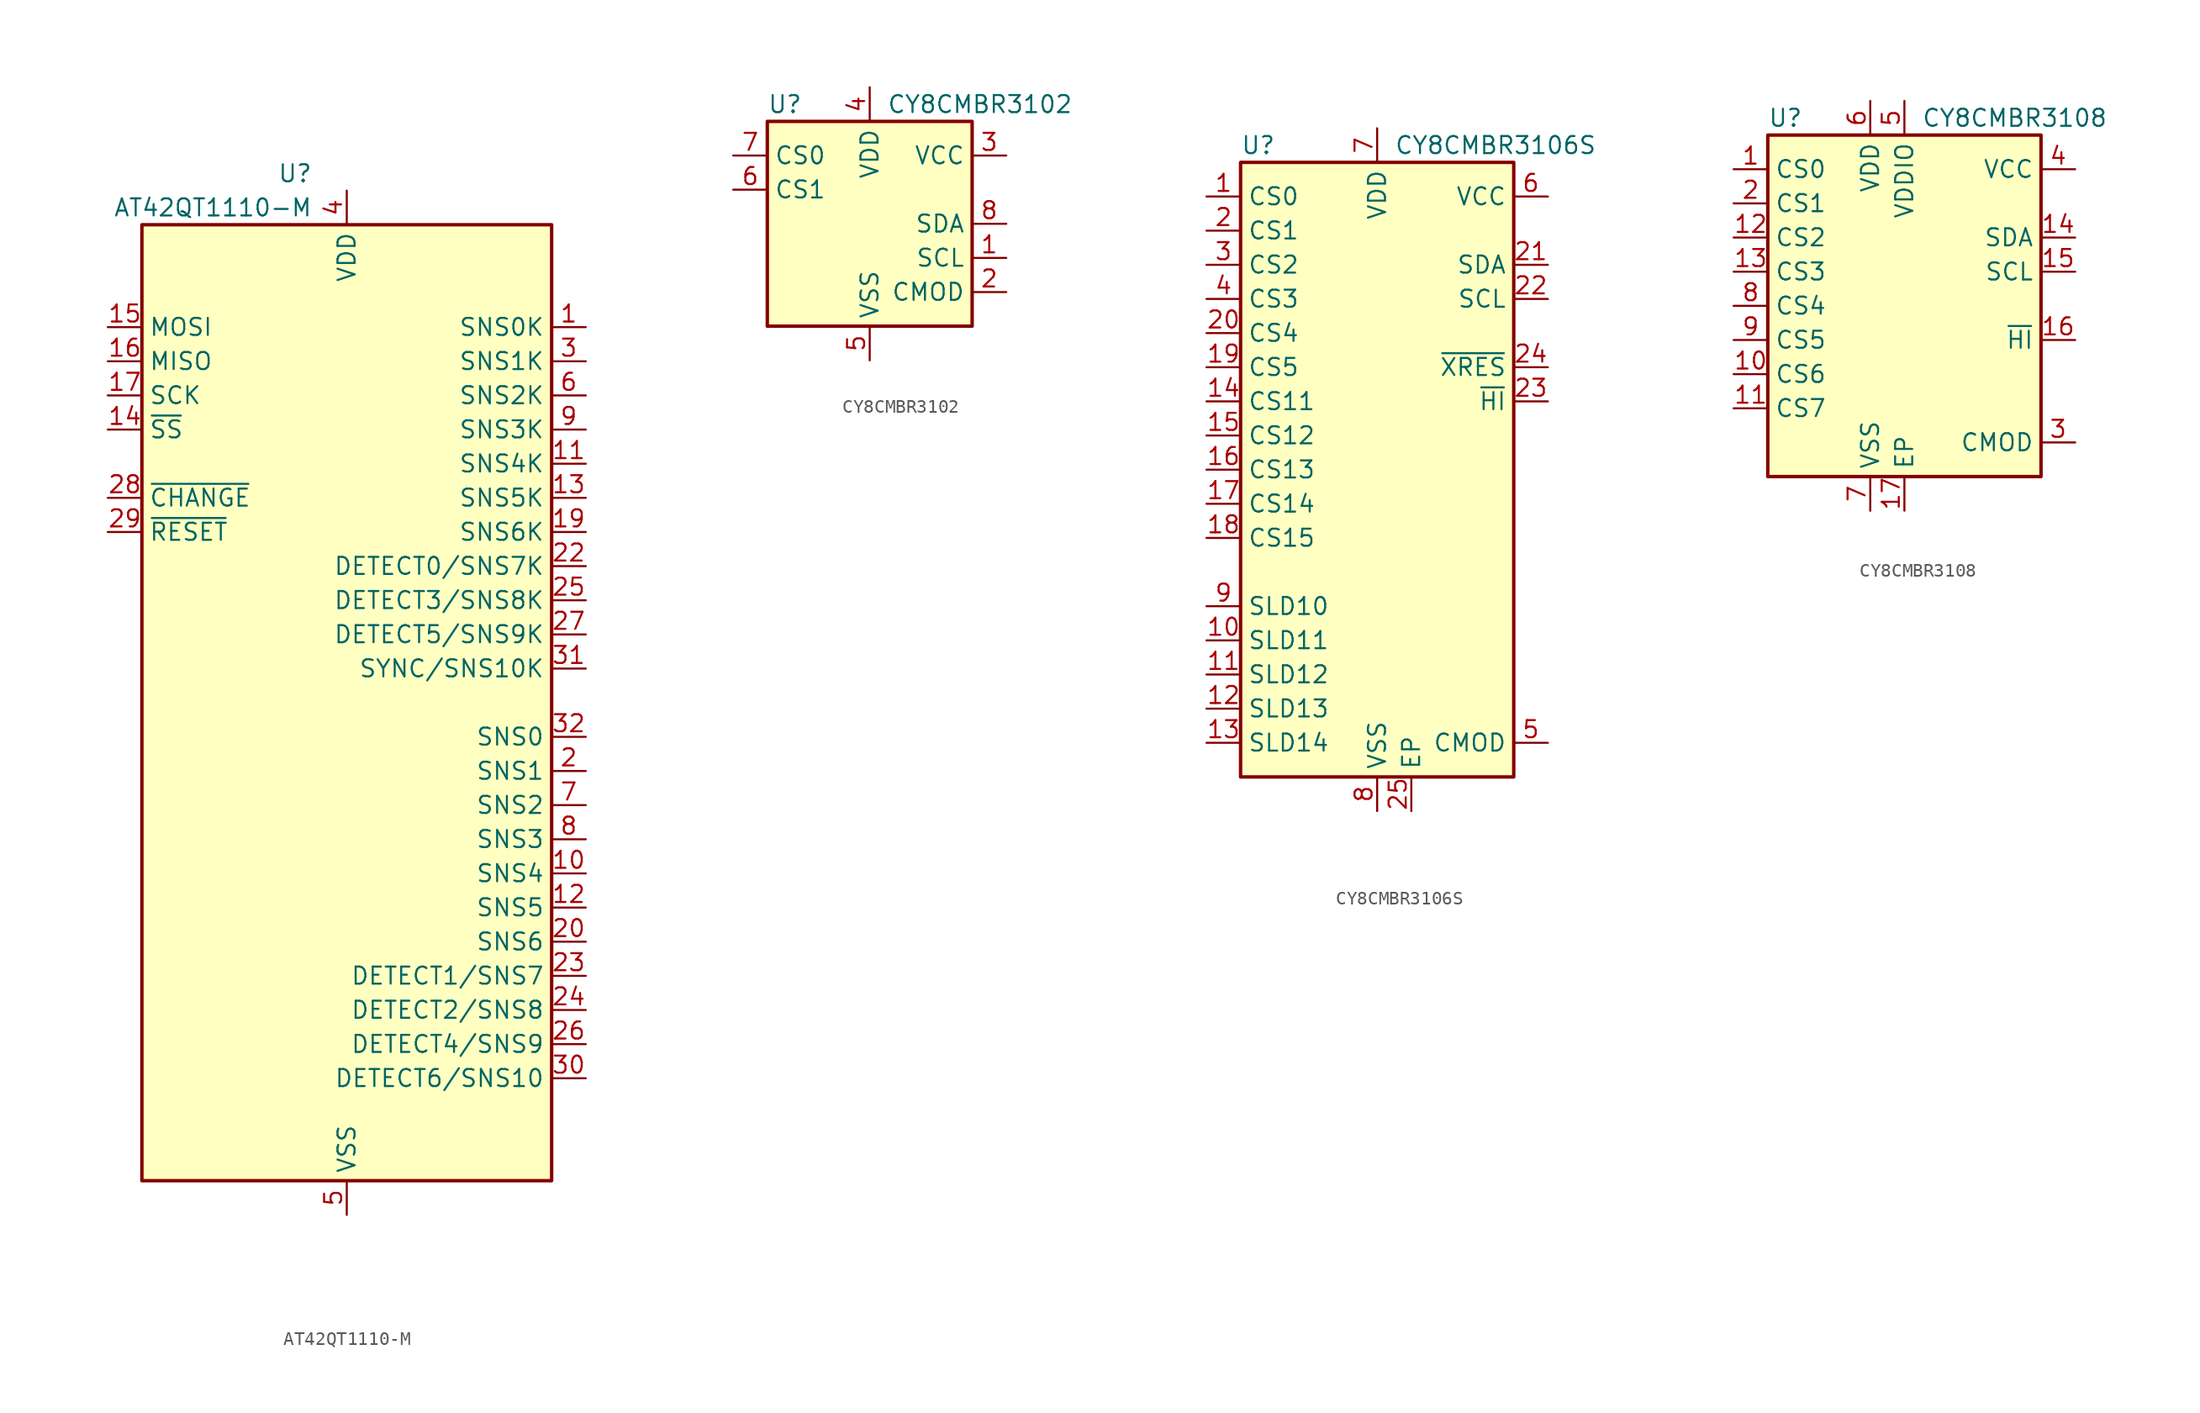
<source format=kicad_sym>
(kicad_symbol_lib
  (version 20231120)
  (generator "kicad_symbol_editor")
  (generator_version "8.0")
  (symbol "AT42QT1110-M"
    (property "Reference" "U"
      (at -2.54 39.37 0)
      (effects (font (size 1.27 1.27)) (justify right)))
    (property "Value" "AT42QT1110-M"
      (at -2.54 36.83 0)
      (effects (font (size 1.27 1.27)) (justify right)))
    (symbol "AT42QT1110-M_0_1"
      (rectangle (start -15.24 35.56) (end 15.24 -35.56) (stroke (width 0.254) (type default)) (fill (type background))))
    (symbol "AT42QT1110-M_1_1"
      (pin passive line (at 17.78 27.94 180) (length 2.54) (name "SNS0K" (effects (font (size 1.27 1.27)))) (number "1" (effects (font (size 1.27 1.27)))))
      (pin passive line (at 17.78 -12.7 180) (length 2.54) (name "SNS4" (effects (font (size 1.27 1.27)))) (number "10" (effects (font (size 1.27 1.27)))))
      (pin passive line (at 17.78 17.78 180) (length 2.54) (name "SNS4K" (effects (font (size 1.27 1.27)))) (number "11" (effects (font (size 1.27 1.27)))))
      (pin passive line (at 17.78 -15.24 180) (length 2.54) (name "SNS5" (effects (font (size 1.27 1.27)))) (number "12" (effects (font (size 1.27 1.27)))))
      (pin passive line (at 17.78 15.24 180) (length 2.54) (name "SNS5K" (effects (font (size 1.27 1.27)))) (number "13" (effects (font (size 1.27 1.27)))))
      (pin input line (at -17.78 20.32 0) (length 2.54) (name "~{SS}" (effects (font (size 1.27 1.27)))) (number "14" (effects (font (size 1.27 1.27)))))
      (pin input line (at -17.78 27.94 0) (length 2.54) (name "MOSI" (effects (font (size 1.27 1.27)))) (number "15" (effects (font (size 1.27 1.27)))))
      (pin output line (at -17.78 25.4 0) (length 2.54) (name "MISO" (effects (font (size 1.27 1.27)))) (number "16" (effects (font (size 1.27 1.27)))))
      (pin input line (at -17.78 22.86 0) (length 2.54) (name "SCK" (effects (font (size 1.27 1.27)))) (number "17" (effects (font (size 1.27 1.27)))))
      (pin passive line (at 0 38.1 270) (length 2.54) hide (name "VDD" (effects (font (size 1.27 1.27)))) (number "18" (effects (font (size 1.27 1.27)))))
      (pin passive line (at 17.78 12.7 180) (length 2.54) (name "SNS6K" (effects (font (size 1.27 1.27)))) (number "19" (effects (font (size 1.27 1.27)))))
      (pin passive line (at 17.78 -5.08 180) (length 2.54) (name "SNS1" (effects (font (size 1.27 1.27)))) (number "2" (effects (font (size 1.27 1.27)))))
      (pin passive line (at 17.78 -17.78 180) (length 2.54) (name "SNS6" (effects (font (size 1.27 1.27)))) (number "20" (effects (font (size 1.27 1.27)))))
      (pin passive line (at 0 -38.1 90) (length 2.54) hide (name "VSS" (effects (font (size 1.27 1.27)))) (number "21" (effects (font (size 1.27 1.27)))))
      (pin bidirectional line (at 17.78 10.16 180) (length 2.54) (name "DETECT0/SNS7K" (effects (font (size 1.27 1.27)))) (number "22" (effects (font (size 1.27 1.27)))))
      (pin bidirectional line (at 17.78 -20.32 180) (length 2.54) (name "DETECT1/SNS7" (effects (font (size 1.27 1.27)))) (number "23" (effects (font (size 1.27 1.27)))))
      (pin bidirectional line (at 17.78 -22.86 180) (length 2.54) (name "DETECT2/SNS8" (effects (font (size 1.27 1.27)))) (number "24" (effects (font (size 1.27 1.27)))))
      (pin bidirectional line (at 17.78 7.62 180) (length 2.54) (name "DETECT3/SNS8K" (effects (font (size 1.27 1.27)))) (number "25" (effects (font (size 1.27 1.27)))))
      (pin bidirectional line (at 17.78 -25.4 180) (length 2.54) (name "DETECT4/SNS9" (effects (font (size 1.27 1.27)))) (number "26" (effects (font (size 1.27 1.27)))))
      (pin bidirectional line (at 17.78 5.08 180) (length 2.54) (name "DETECT5/SNS9K" (effects (font (size 1.27 1.27)))) (number "27" (effects (font (size 1.27 1.27)))))
      (pin open_collector line (at -17.78 15.24 0) (length 2.54) (name "~{CHANGE}" (effects (font (size 1.27 1.27)))) (number "28" (effects (font (size 1.27 1.27)))))
      (pin input line (at -17.78 12.7 0) (length 2.54) (name "~{RESET}" (effects (font (size 1.27 1.27)))) (number "29" (effects (font (size 1.27 1.27)))))
      (pin passive line (at 17.78 25.4 180) (length 2.54) (name "SNS1K" (effects (font (size 1.27 1.27)))) (number "3" (effects (font (size 1.27 1.27)))))
      (pin bidirectional line (at 17.78 -27.94 180) (length 2.54) (name "DETECT6/SNS10" (effects (font (size 1.27 1.27)))) (number "30" (effects (font (size 1.27 1.27)))))
      (pin bidirectional line (at 17.78 2.54 180) (length 2.54) (name "SYNC/SNS10K" (effects (font (size 1.27 1.27)))) (number "31" (effects (font (size 1.27 1.27)))))
      (pin passive line (at 17.78 -2.54 180) (length 2.54) (name "SNS0" (effects (font (size 1.27 1.27)))) (number "32" (effects (font (size 1.27 1.27)))))
      (pin passive line (at 0 -38.1 90) (length 2.54) hide (name "VSS" (effects (font (size 1.27 1.27)))) (number "33" (effects (font (size 1.27 1.27)))))
      (pin power_in line (at 0 38.1 270) (length 2.54) (name "VDD" (effects (font (size 1.27 1.27)))) (number "4" (effects (font (size 1.27 1.27)))))
      (pin power_in line (at 0 -38.1 90) (length 2.54) (name "VSS" (effects (font (size 1.27 1.27)))) (number "5" (effects (font (size 1.27 1.27)))))
      (pin passive line (at 17.78 22.86 180) (length 2.54) (name "SNS2K" (effects (font (size 1.27 1.27)))) (number "6" (effects (font (size 1.27 1.27)))))
      (pin passive line (at 17.78 -7.62 180) (length 2.54) (name "SNS2" (effects (font (size 1.27 1.27)))) (number "7" (effects (font (size 1.27 1.27)))))
      (pin passive line (at 17.78 -10.16 180) (length 2.54) (name "SNS3" (effects (font (size 1.27 1.27)))) (number "8" (effects (font (size 1.27 1.27)))))
      (pin passive line (at 17.78 20.32 180) (length 2.54) (name "SNS3K" (effects (font (size 1.27 1.27)))) (number "9" (effects (font (size 1.27 1.27)))))))
  (symbol "CY8CMBR3102"
    (property "Reference" "U"
      (at -7.62 8.89 0)
      (effects (font (size 1.27 1.27)) (justify left)))
    (property "Value" "CY8CMBR3102"
      (at 1.27 8.89 0)
      (effects (font (size 1.27 1.27)) (justify left)))
    (symbol "CY8CMBR3102_0_1"
      (rectangle (start -7.62 7.62) (end 7.62 -7.62) (stroke (width 0.254) (type default)) (fill (type background))))
    (symbol "CY8CMBR3102_1_1"
      (pin input line (at 10.16 -2.54 180) (length 2.54) (name "SCL" (effects (font (size 1.27 1.27)))) (number "1" (effects (font (size 1.27 1.27)))))
      (pin passive line (at 10.16 -5.08 180) (length 2.54) (name "CMOD" (effects (font (size 1.27 1.27)))) (number "2" (effects (font (size 1.27 1.27)))))
      (pin passive line (at 10.16 5.08 180) (length 2.54) (name "VCC" (effects (font (size 1.27 1.27)))) (number "3" (effects (font (size 1.27 1.27)))))
      (pin power_in line (at 0 10.16 270) (length 2.54) (name "VDD" (effects (font (size 1.27 1.27)))) (number "4" (effects (font (size 1.27 1.27)))))
      (pin power_in line (at 0 -10.16 90) (length 2.54) (name "VSS" (effects (font (size 1.27 1.27)))) (number "5" (effects (font (size 1.27 1.27)))))
      (pin passive line (at -10.16 2.54 0) (length 2.54) (name "CS1" (effects (font (size 1.27 1.27)))) (number "6" (effects (font (size 1.27 1.27)))))
      (pin passive line (at -10.16 5.08 0) (length 2.54) (name "CS0" (effects (font (size 1.27 1.27)))) (number "7" (effects (font (size 1.27 1.27)))))
      (pin bidirectional line (at 10.16 0 180) (length 2.54) (name "SDA" (effects (font (size 1.27 1.27)))) (number "8" (effects (font (size 1.27 1.27)))))))
  (symbol "CY8CMBR3106S"
    (property "Reference" "U"
      (at -10.16 24.13 0)
      (effects (font (size 1.27 1.27)) (justify left)))
    (property "Value" "CY8CMBR3106S"
      (at 1.27 24.13 0)
      (effects (font (size 1.27 1.27)) (justify left)))
    (symbol "CY8CMBR3106S_0_1"
      (rectangle (start -10.16 22.86) (end 10.16 -22.86) (stroke (width 0.254) (type default)) (fill (type background))))
    (symbol "CY8CMBR3106S_1_1"
      (pin passive line (at -12.7 20.32 0) (length 2.54) (name "CS0" (effects (font (size 1.27 1.27)))) (number "1" (effects (font (size 1.27 1.27)))))
      (pin passive line (at -12.7 -12.7 0) (length 2.54) (name "SLD11" (effects (font (size 1.27 1.27)))) (number "10" (effects (font (size 1.27 1.27)))))
      (pin passive line (at -12.7 -15.24 0) (length 2.54) (name "SLD12" (effects (font (size 1.27 1.27)))) (number "11" (effects (font (size 1.27 1.27)))))
      (pin passive line (at -12.7 -17.78 0) (length 2.54) (name "SLD13" (effects (font (size 1.27 1.27)))) (number "12" (effects (font (size 1.27 1.27)))))
      (pin passive line (at -12.7 -20.32 0) (length 2.54) (name "SLD14" (effects (font (size 1.27 1.27)))) (number "13" (effects (font (size 1.27 1.27)))))
      (pin passive line (at -12.7 5.08 0) (length 2.54) (name "CS11" (effects (font (size 1.27 1.27)))) (number "14" (effects (font (size 1.27 1.27)))))
      (pin passive line (at -12.7 2.54 0) (length 2.54) (name "CS12" (effects (font (size 1.27 1.27)))) (number "15" (effects (font (size 1.27 1.27)))))
      (pin passive line (at -12.7 0 0) (length 2.54) (name "CS13" (effects (font (size 1.27 1.27)))) (number "16" (effects (font (size 1.27 1.27)))))
      (pin passive line (at -12.7 -2.54 0) (length 2.54) (name "CS14" (effects (font (size 1.27 1.27)))) (number "17" (effects (font (size 1.27 1.27)))))
      (pin passive line (at -12.7 -5.08 0) (length 2.54) (name "CS15" (effects (font (size 1.27 1.27)))) (number "18" (effects (font (size 1.27 1.27)))))
      (pin passive line (at -12.7 7.62 0) (length 2.54) (name "CS5" (effects (font (size 1.27 1.27)))) (number "19" (effects (font (size 1.27 1.27)))))
      (pin passive line (at -12.7 17.78 0) (length 2.54) (name "CS1" (effects (font (size 1.27 1.27)))) (number "2" (effects (font (size 1.27 1.27)))))
      (pin passive line (at -12.7 10.16 0) (length 2.54) (name "CS4" (effects (font (size 1.27 1.27)))) (number "20" (effects (font (size 1.27 1.27)))))
      (pin bidirectional line (at 12.7 15.24 180) (length 2.54) (name "SDA" (effects (font (size 1.27 1.27)))) (number "21" (effects (font (size 1.27 1.27)))))
      (pin input line (at 12.7 12.7 180) (length 2.54) (name "SCL" (effects (font (size 1.27 1.27)))) (number "22" (effects (font (size 1.27 1.27)))))
      (pin bidirectional line (at 12.7 5.08 180) (length 2.54) (name "~{HI}" (effects (font (size 1.27 1.27)))) (number "23" (effects (font (size 1.27 1.27)))))
      (pin input line (at 12.7 7.62 180) (length 2.54) (name "~{XRES}" (effects (font (size 1.27 1.27)))) (number "24" (effects (font (size 1.27 1.27)))))
      (pin passive line (at 2.54 -25.4 90) (length 2.54) (name "EP" (effects (font (size 1.27 1.27)))) (number "25" (effects (font (size 1.27 1.27)))))
      (pin passive line (at -12.7 15.24 0) (length 2.54) (name "CS2" (effects (font (size 1.27 1.27)))) (number "3" (effects (font (size 1.27 1.27)))))
      (pin passive line (at -12.7 12.7 0) (length 2.54) (name "CS3" (effects (font (size 1.27 1.27)))) (number "4" (effects (font (size 1.27 1.27)))))
      (pin passive line (at 12.7 -20.32 180) (length 2.54) (name "CMOD" (effects (font (size 1.27 1.27)))) (number "5" (effects (font (size 1.27 1.27)))))
      (pin passive line (at 12.7 20.32 180) (length 2.54) (name "VCC" (effects (font (size 1.27 1.27)))) (number "6" (effects (font (size 1.27 1.27)))))
      (pin power_in line (at 0 25.4 270) (length 2.54) (name "VDD" (effects (font (size 1.27 1.27)))) (number "7" (effects (font (size 1.27 1.27)))))
      (pin power_in line (at 0 -25.4 90) (length 2.54) (name "VSS" (effects (font (size 1.27 1.27)))) (number "8" (effects (font (size 1.27 1.27)))))
      (pin passive line (at -12.7 -10.16 0) (length 2.54) (name "SLD10" (effects (font (size 1.27 1.27)))) (number "9" (effects (font (size 1.27 1.27)))))))
  (symbol "CY8CMBR3108"
    (property "Reference" "U"
      (at -10.16 13.97 0)
      (effects (font (size 1.27 1.27)) (justify left)))
    (property "Value" "CY8CMBR3108"
      (at 1.27 13.97 0)
      (effects (font (size 1.27 1.27)) (justify left)))
    (symbol "CY8CMBR3108_0_1"
      (rectangle (start -10.16 12.7) (end 10.16 -12.7) (stroke (width 0.254) (type default)) (fill (type background))))
    (symbol "CY8CMBR3108_1_1"
      (pin passive line (at -12.7 10.16 0) (length 2.54) (name "CS0" (effects (font (size 1.27 1.27)))) (number "1" (effects (font (size 1.27 1.27)))))
      (pin passive line (at -12.7 -5.08 0) (length 2.54) (name "CS6" (effects (font (size 1.27 1.27)))) (number "10" (effects (font (size 1.27 1.27)))))
      (pin passive line (at -12.7 -7.62 0) (length 2.54) (name "CS7" (effects (font (size 1.27 1.27)))) (number "11" (effects (font (size 1.27 1.27)))))
      (pin passive line (at -12.7 5.08 0) (length 2.54) (name "CS2" (effects (font (size 1.27 1.27)))) (number "12" (effects (font (size 1.27 1.27)))))
      (pin passive line (at -12.7 2.54 0) (length 2.54) (name "CS3" (effects (font (size 1.27 1.27)))) (number "13" (effects (font (size 1.27 1.27)))))
      (pin bidirectional line (at 12.7 5.08 180) (length 2.54) (name "SDA" (effects (font (size 1.27 1.27)))) (number "14" (effects (font (size 1.27 1.27)))))
      (pin input line (at 12.7 2.54 180) (length 2.54) (name "SCL" (effects (font (size 1.27 1.27)))) (number "15" (effects (font (size 1.27 1.27)))))
      (pin bidirectional line (at 12.7 -2.54 180) (length 2.54) (name "~{HI}" (effects (font (size 1.27 1.27)))) (number "16" (effects (font (size 1.27 1.27)))))
      (pin passive line (at 0 -15.24 90) (length 2.54) (name "EP" (effects (font (size 1.27 1.27)))) (number "17" (effects (font (size 1.27 1.27)))))
      (pin passive line (at -12.7 7.62 0) (length 2.54) (name "CS1" (effects (font (size 1.27 1.27)))) (number "2" (effects (font (size 1.27 1.27)))))
      (pin passive line (at 12.7 -10.16 180) (length 2.54) (name "CMOD" (effects (font (size 1.27 1.27)))) (number "3" (effects (font (size 1.27 1.27)))))
      (pin passive line (at 12.7 10.16 180) (length 2.54) (name "VCC" (effects (font (size 1.27 1.27)))) (number "4" (effects (font (size 1.27 1.27)))))
      (pin power_in line (at 0 15.24 270) (length 2.54) (name "VDDIO" (effects (font (size 1.27 1.27)))) (number "5" (effects (font (size 1.27 1.27)))))
      (pin power_in line (at -2.54 15.24 270) (length 2.54) (name "VDD" (effects (font (size 1.27 1.27)))) (number "6" (effects (font (size 1.27 1.27)))))
      (pin power_in line (at -2.54 -15.24 90) (length 2.54) (name "VSS" (effects (font (size 1.27 1.27)))) (number "7" (effects (font (size 1.27 1.27)))))
      (pin passive line (at -12.7 0 0) (length 2.54) (name "CS4" (effects (font (size 1.27 1.27)))) (number "8" (effects (font (size 1.27 1.27)))))
      (pin passive line (at -12.7 -2.54 0) (length 2.54) (name "CS5" (effects (font (size 1.27 1.27)))) (number "9" (effects (font (size 1.27 1.27))))))))
</source>
